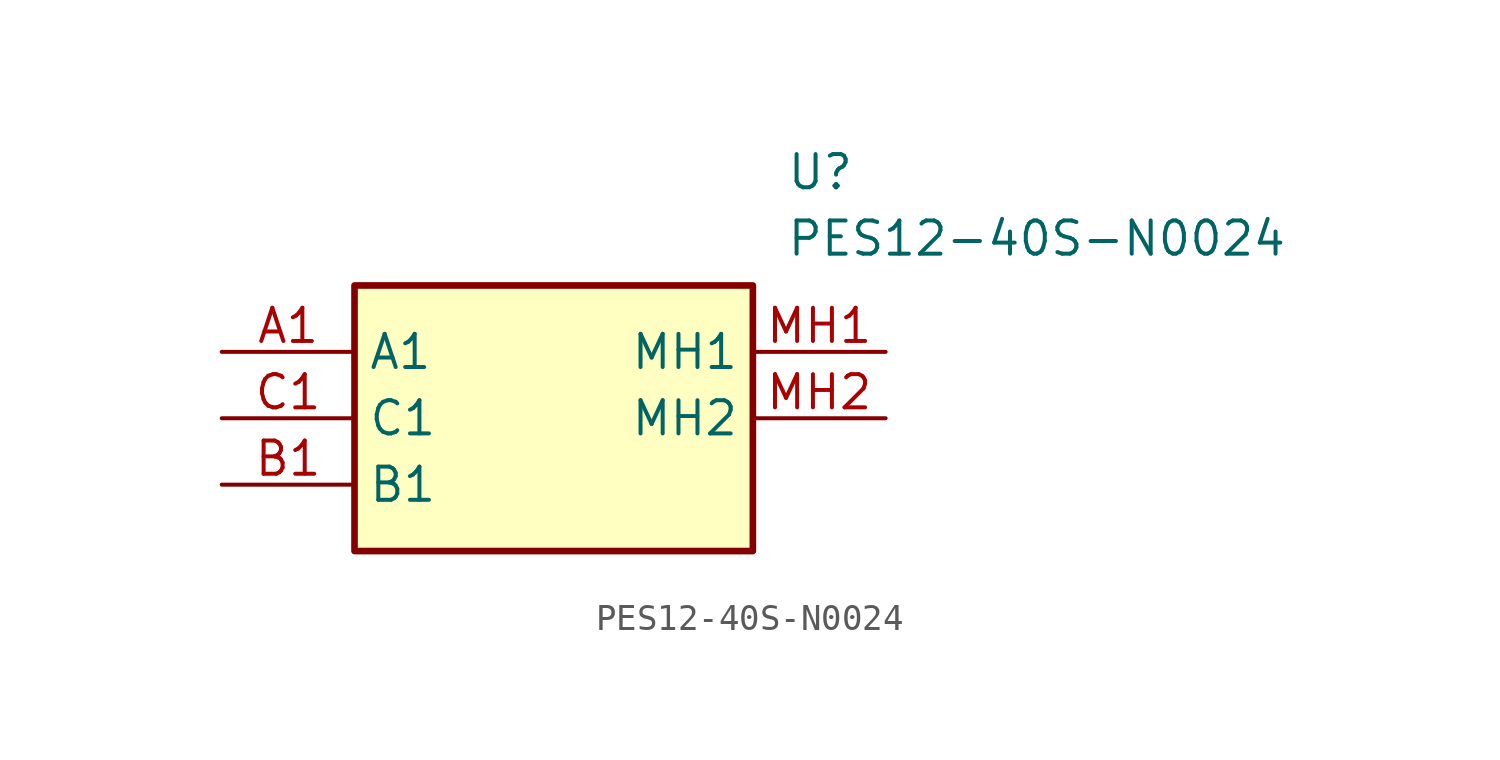
<source format=kicad_sym>
(kicad_symbol_lib
  (version 20211014)
  (generator SamacSys_ECAD_Model)
  (symbol "PES12-40S-N0024"
    (property "Reference" "U"
      (at 21.59 7.62 0)
      (effects (font (size 1.27 1.27)) (justify left top)))
    (property "Value" "PES12-40S-N0024"
      (at 21.59 5.08 0)
      (effects (font (size 1.27 1.27)) (justify left top)))
    (rectangle
      (start 5.08 2.54)
      (end 20.32 -7.62)
      (stroke (width 0.254) (type default))
      (fill (type background)))
    (pin passive line
      (at 0 0 0)
      (length 5.08)
      (name "A1" (effects (font (size 1.27 1.27))))
      (number "A1" (effects (font (size 1.27 1.27)))))
    (pin passive line
      (at 0 -5.08 0)
      (length 5.08)
      (name "B1" (effects (font (size 1.27 1.27))))
      (number "B1" (effects (font (size 1.27 1.27)))))
    (pin passive line
      (at 0 -2.54 0)
      (length 5.08)
      (name "C1" (effects (font (size 1.27 1.27))))
      (number "C1" (effects (font (size 1.27 1.27)))))
    (pin passive line
      (at 25.4 0 180)
      (length 5.08)
      (name "MH1" (effects (font (size 1.27 1.27))))
      (number "MH1" (effects (font (size 1.27 1.27)))))
    (pin passive line
      (at 25.4 -2.54 180)
      (length 5.08)
      (name "MH2" (effects (font (size 1.27 1.27))))
      (number "MH2" (effects (font (size 1.27 1.27)))))))
</source>
